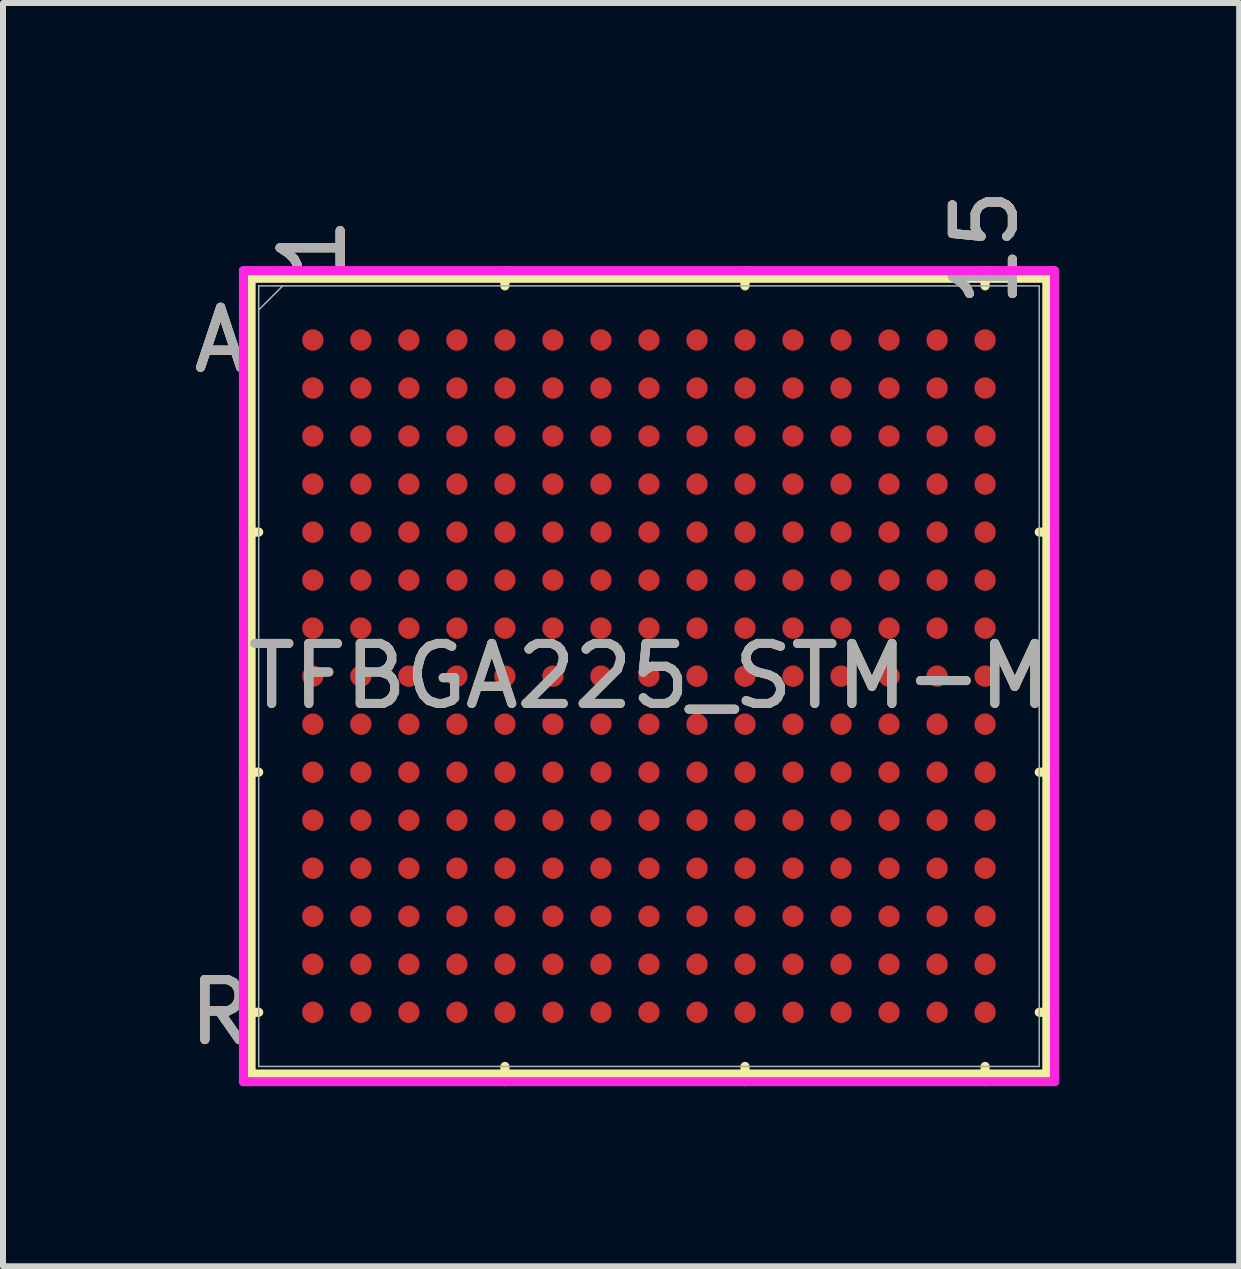
<source format=kicad_pcb>
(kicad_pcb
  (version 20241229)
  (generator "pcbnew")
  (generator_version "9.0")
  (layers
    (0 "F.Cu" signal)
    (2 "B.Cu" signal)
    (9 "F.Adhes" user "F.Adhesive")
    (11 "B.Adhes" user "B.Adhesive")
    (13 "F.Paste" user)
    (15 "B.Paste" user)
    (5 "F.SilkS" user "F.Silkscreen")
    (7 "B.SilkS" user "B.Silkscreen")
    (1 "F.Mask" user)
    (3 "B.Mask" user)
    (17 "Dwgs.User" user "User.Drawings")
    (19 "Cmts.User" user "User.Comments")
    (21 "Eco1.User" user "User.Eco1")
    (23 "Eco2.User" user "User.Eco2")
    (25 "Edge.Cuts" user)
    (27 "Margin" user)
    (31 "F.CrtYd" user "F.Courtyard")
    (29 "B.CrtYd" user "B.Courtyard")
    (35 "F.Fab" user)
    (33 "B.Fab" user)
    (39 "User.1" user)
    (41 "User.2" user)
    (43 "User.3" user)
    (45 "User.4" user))
  (footprint "TFBGA225_STM-M"
    (layer "F.Cu")
    (at 7.762 8.215)
    (property "Reference" "TFBGA225_STM-M" (at 0 0 0) (unlocked yes) (layer "F.SilkS") (effects (font (size 1 1) (thickness 0.15))))
    (attr smd)
    (fp_line (start -6.629 -6.629) (end -6.629 6.629) (stroke (width 0.152) (type solid)) (layer "F.SilkS"))
    (fp_line (start -6.629 6.629) (end 6.629 6.629) (stroke (width 0.152) (type solid)) (layer "F.SilkS"))
    (fp_line (start -6.502 -2.4) (end -6.756 -2.4) (stroke (width 0.152) (type solid)) (layer "F.SilkS"))
    (fp_line (start -6.502 1.6) (end -6.756 1.6) (stroke (width 0.152) (type solid)) (layer "F.SilkS"))
    (fp_line (start -6.502 5.6) (end -6.756 5.6) (stroke (width 0.152) (type solid)) (layer "F.SilkS"))
    (fp_line (start -2.4 -6.502) (end -2.4 -6.756) (stroke (width 0.152) (type solid)) (layer "F.SilkS"))
    (fp_line (start -2.4 6.502) (end -2.4 6.756) (stroke (width 0.152) (type solid)) (layer "F.SilkS"))
    (fp_line (start 1.6 -6.502) (end 1.6 -6.756) (stroke (width 0.152) (type solid)) (layer "F.SilkS"))
    (fp_line (start 1.6 6.502) (end 1.6 6.756) (stroke (width 0.152) (type solid)) (layer "F.SilkS"))
    (fp_line (start 5.6 -6.502) (end 5.6 -6.756) (stroke (width 0.152) (type solid)) (layer "F.SilkS"))
    (fp_line (start 5.6 6.502) (end 5.6 6.756) (stroke (width 0.152) (type solid)) (layer "F.SilkS"))
    (fp_line (start 6.502 -2.4) (end 6.756 -2.4) (stroke (width 0.152) (type solid)) (layer "F.SilkS"))
    (fp_line (start 6.502 1.6) (end 6.756 1.6) (stroke (width 0.152) (type solid)) (layer "F.SilkS"))
    (fp_line (start 6.502 5.6) (end 6.756 5.6) (stroke (width 0.152) (type solid)) (layer "F.SilkS"))
    (fp_line (start 6.629 -6.629) (end -6.629 -6.629) (stroke (width 0.152) (type solid)) (layer "F.SilkS"))
    (fp_line (start 6.629 6.629) (end 6.629 -6.629) (stroke (width 0.152) (type solid)) (layer "F.SilkS"))
    (fp_poly (pts (xy -6.444 -6.444) (xy 6.444 -6.444) (xy 6.444 6.444) (xy -6.444 6.444)) (stroke (width 0.1) (type solid)) (fill no) (layer "Eco2.User"))
    (fp_line (start -6.756 -6.756) (end 6.756 -6.756) (stroke (width 0.152) (type solid)) (layer "F.CrtYd"))
    (fp_line (start -6.756 6.756) (end -6.756 -6.756) (stroke (width 0.152) (type solid)) (layer "F.CrtYd"))
    (fp_line (start 6.756 -6.756) (end 6.756 6.756) (stroke (width 0.152) (type solid)) (layer "F.CrtYd"))
    (fp_line (start 6.756 6.756) (end -6.756 6.756) (stroke (width 0.152) (type solid)) (layer "F.CrtYd"))
    (fp_line (start -6.502 -6.502) (end -6.502 6.502) (stroke (width 0.025) (type solid)) (layer "F.Fab"))
    (fp_line (start -6.502 6.502) (end 6.502 6.502) (stroke (width 0.025) (type solid)) (layer "F.Fab"))
    (fp_line (start -6.102 -6.502) (end -6.502 -6.102) (stroke (width 0.025) (type solid)) (layer "F.Fab"))
    (fp_line (start 6.502 -6.502) (end -6.502 -6.502) (stroke (width 0.025) (type solid)) (layer "F.Fab"))
    (fp_line (start 6.502 6.502) (end 6.502 -6.502) (stroke (width 0.025) (type solid)) (layer "F.Fab"))
    (fp_text user "R" (at -7.137 5.6 0) (unlocked yes) (layer "F.SilkS") (effects (font (size 1 1) (thickness 0.15))))
    (fp_text user "1" (at -5.6 -7.137 90) (unlocked yes) (layer "F.SilkS") (effects (font (size 1 1) (thickness 0.15))))
    (fp_text user "A" (at -7.137 -5.6 0) (unlocked yes) (layer "F.SilkS") (effects (font (size 1 1) (thickness 0.15))))
    (fp_text user "15" (at 5.6 -7.137 90) (unlocked yes) (layer "F.SilkS") (effects (font (size 1 1) (thickness 0.15))))
    (fp_text user "R" (at -7.137 5.6 0) (unlocked yes) (layer "B.SilkS") (effects (font (size 1 1) (thickness 0.15))))
    (fp_text user "15" (at 5.6 -7.137 90) (unlocked yes) (layer "B.SilkS") (effects (font (size 1 1) (thickness 0.15))))
    (fp_text user "A" (at -7.137 -5.6 0) (unlocked yes) (layer "B.SilkS") (effects (font (size 1 1) (thickness 0.15))))
    (fp_text user "1" (at -5.6 -7.137 90) (unlocked yes) (layer "B.SilkS") (effects (font (size 1 1) (thickness 0.15))))
    (fp_text user "R" (at -7.137 5.6 0) (unlocked yes) (layer "F.Fab") (effects (font (size 1 1) (thickness 0.15))))
    (fp_text user "A" (at -7.137 -5.6 0) (unlocked yes) (layer "F.Fab") (effects (font (size 1 1) (thickness 0.15))))
    (fp_text user "15" (at 5.6 -7.137 90) (unlocked yes) (layer "F.Fab") (effects (font (size 1 1) (thickness 0.15))))
    (fp_text user "${REFERENCE}" (at 0 0 0) (unlocked yes) (layer "F.Fab") (effects (font (size 1 1) (thickness 0.15))))
    (fp_text user "1" (at -5.6 -7.137 90) (unlocked yes) (layer "F.Fab") (effects (font (size 1 1) (thickness 0.15))))
    (pad "A1" smd circle (at -5.6 -5.6) (size 0.356 0.356) (layers "F.Cu" "F.Mask" "F.Paste"))
    (pad "A2" smd circle (at -4.8 -5.6) (size 0.356 0.356) (layers "F.Cu" "F.Mask" "F.Paste"))
    (pad "A3" smd circle (at -4 -5.6) (size 0.356 0.356) (layers "F.Cu" "F.Mask" "F.Paste"))
    (pad "A4" smd circle (at -3.2 -5.6) (size 0.356 0.356) (layers "F.Cu" "F.Mask" "F.Paste"))
    (pad "A5" smd circle (at -2.4 -5.6) (size 0.356 0.356) (layers "F.Cu" "F.Mask" "F.Paste"))
    (pad "A6" smd circle (at -1.6 -5.6) (size 0.356 0.356) (layers "F.Cu" "F.Mask" "F.Paste"))
    (pad "A7" smd circle (at -0.8 -5.6) (size 0.356 0.356) (layers "F.Cu" "F.Mask" "F.Paste"))
    (pad "A8" smd circle (at 0 -5.6) (size 0.356 0.356) (layers "F.Cu" "F.Mask" "F.Paste"))
    (pad "A9" smd circle (at 0.8 -5.6) (size 0.356 0.356) (layers "F.Cu" "F.Mask" "F.Paste"))
    (pad "A10" smd circle (at 1.6 -5.6) (size 0.356 0.356) (layers "F.Cu" "F.Mask" "F.Paste"))
    (pad "A11" smd circle (at 2.4 -5.6) (size 0.356 0.356) (layers "F.Cu" "F.Mask" "F.Paste"))
    (pad "A12" smd circle (at 3.2 -5.6) (size 0.356 0.356) (layers "F.Cu" "F.Mask" "F.Paste"))
    (pad "A13" smd circle (at 4 -5.6) (size 0.356 0.356) (layers "F.Cu" "F.Mask" "F.Paste"))
    (pad "A14" smd circle (at 4.8 -5.6) (size 0.356 0.356) (layers "F.Cu" "F.Mask" "F.Paste"))
    (pad "A15" smd circle (at 5.6 -5.6) (size 0.356 0.356) (layers "F.Cu" "F.Mask" "F.Paste"))
    (pad "B1" smd circle (at -5.6 -4.8) (size 0.356 0.356) (layers "F.Cu" "F.Mask" "F.Paste"))
    (pad "B2" smd circle (at -4.8 -4.8) (size 0.356 0.356) (layers "F.Cu" "F.Mask" "F.Paste"))
    (pad "B3" smd circle (at -4 -4.8) (size 0.356 0.356) (layers "F.Cu" "F.Mask" "F.Paste"))
    (pad "B4" smd circle (at -3.2 -4.8) (size 0.356 0.356) (layers "F.Cu" "F.Mask" "F.Paste"))
    (pad "B5" smd circle (at -2.4 -4.8) (size 0.356 0.356) (layers "F.Cu" "F.Mask" "F.Paste"))
    (pad "B6" smd circle (at -1.6 -4.8) (size 0.356 0.356) (layers "F.Cu" "F.Mask" "F.Paste"))
    (pad "B7" smd circle (at -0.8 -4.8) (size 0.356 0.356) (layers "F.Cu" "F.Mask" "F.Paste"))
    (pad "B8" smd circle (at 0 -4.8) (size 0.356 0.356) (layers "F.Cu" "F.Mask" "F.Paste"))
    (pad "B9" smd circle (at 0.8 -4.8) (size 0.356 0.356) (layers "F.Cu" "F.Mask" "F.Paste"))
    (pad "B10" smd circle (at 1.6 -4.8) (size 0.356 0.356) (layers "F.Cu" "F.Mask" "F.Paste"))
    (pad "B11" smd circle (at 2.4 -4.8) (size 0.356 0.356) (layers "F.Cu" "F.Mask" "F.Paste"))
    (pad "B12" smd circle (at 3.2 -4.8) (size 0.356 0.356) (layers "F.Cu" "F.Mask" "F.Paste"))
    (pad "B13" smd circle (at 4 -4.8) (size 0.356 0.356) (layers "F.Cu" "F.Mask" "F.Paste"))
    (pad "B14" smd circle (at 4.8 -4.8) (size 0.356 0.356) (layers "F.Cu" "F.Mask" "F.Paste"))
    (pad "B15" smd circle (at 5.6 -4.8) (size 0.356 0.356) (layers "F.Cu" "F.Mask" "F.Paste"))
    (pad "C1" smd circle (at -5.6 -4) (size 0.356 0.356) (layers "F.Cu" "F.Mask" "F.Paste"))
    (pad "C2" smd circle (at -4.8 -4) (size 0.356 0.356) (layers "F.Cu" "F.Mask" "F.Paste"))
    (pad "C3" smd circle (at -4 -4) (size 0.356 0.356) (layers "F.Cu" "F.Mask" "F.Paste"))
    (pad "C4" smd circle (at -3.2 -4) (size 0.356 0.356) (layers "F.Cu" "F.Mask" "F.Paste"))
    (pad "C5" smd circle (at -2.4 -4) (size 0.356 0.356) (layers "F.Cu" "F.Mask" "F.Paste"))
    (pad "C6" smd circle (at -1.6 -4) (size 0.356 0.356) (layers "F.Cu" "F.Mask" "F.Paste"))
    (pad "C7" smd circle (at -0.8 -4) (size 0.356 0.356) (layers "F.Cu" "F.Mask" "F.Paste"))
    (pad "C8" smd circle (at 0 -4) (size 0.356 0.356) (layers "F.Cu" "F.Mask" "F.Paste"))
    (pad "C9" smd circle (at 0.8 -4) (size 0.356 0.356) (layers "F.Cu" "F.Mask" "F.Paste"))
    (pad "C10" smd circle (at 1.6 -4) (size 0.356 0.356) (layers "F.Cu" "F.Mask" "F.Paste"))
    (pad "C11" smd circle (at 2.4 -4) (size 0.356 0.356) (layers "F.Cu" "F.Mask" "F.Paste"))
    (pad "C12" smd circle (at 3.2 -4) (size 0.356 0.356) (layers "F.Cu" "F.Mask" "F.Paste"))
    (pad "C13" smd circle (at 4 -4) (size 0.356 0.356) (layers "F.Cu" "F.Mask" "F.Paste"))
    (pad "C14" smd circle (at 4.8 -4) (size 0.356 0.356) (layers "F.Cu" "F.Mask" "F.Paste"))
    (pad "C15" smd circle (at 5.6 -4) (size 0.356 0.356) (layers "F.Cu" "F.Mask" "F.Paste"))
    (pad "D1" smd circle (at -5.6 -3.2) (size 0.356 0.356) (layers "F.Cu" "F.Mask" "F.Paste"))
    (pad "D2" smd circle (at -4.8 -3.2) (size 0.356 0.356) (layers "F.Cu" "F.Mask" "F.Paste"))
    (pad "D3" smd circle (at -4 -3.2) (size 0.356 0.356) (layers "F.Cu" "F.Mask" "F.Paste"))
    (pad "D4" smd circle (at -3.2 -3.2) (size 0.356 0.356) (layers "F.Cu" "F.Mask" "F.Paste"))
    (pad "D5" smd circle (at -2.4 -3.2) (size 0.356 0.356) (layers "F.Cu" "F.Mask" "F.Paste"))
    (pad "D6" smd circle (at -1.6 -3.2) (size 0.356 0.356) (layers "F.Cu" "F.Mask" "F.Paste"))
    (pad "D7" smd circle (at -0.8 -3.2) (size 0.356 0.356) (layers "F.Cu" "F.Mask" "F.Paste"))
    (pad "D8" smd circle (at 0 -3.2) (size 0.356 0.356) (layers "F.Cu" "F.Mask" "F.Paste"))
    (pad "D9" smd circle (at 0.8 -3.2) (size 0.356 0.356) (layers "F.Cu" "F.Mask" "F.Paste"))
    (pad "D10" smd circle (at 1.6 -3.2) (size 0.356 0.356) (layers "F.Cu" "F.Mask" "F.Paste"))
    (pad "D11" smd circle (at 2.4 -3.2) (size 0.356 0.356) (layers "F.Cu" "F.Mask" "F.Paste"))
    (pad "D12" smd circle (at 3.2 -3.2) (size 0.356 0.356) (layers "F.Cu" "F.Mask" "F.Paste"))
    (pad "D13" smd circle (at 4 -3.2) (size 0.356 0.356) (layers "F.Cu" "F.Mask" "F.Paste"))
    (pad "D14" smd circle (at 4.8 -3.2) (size 0.356 0.356) (layers "F.Cu" "F.Mask" "F.Paste"))
    (pad "D15" smd circle (at 5.6 -3.2) (size 0.356 0.356) (layers "F.Cu" "F.Mask" "F.Paste"))
    (pad "E1" smd circle (at -5.6 -2.4) (size 0.356 0.356) (layers "F.Cu" "F.Mask" "F.Paste"))
    (pad "E2" smd circle (at -4.8 -2.4) (size 0.356 0.356) (layers "F.Cu" "F.Mask" "F.Paste"))
    (pad "E3" smd circle (at -4 -2.4) (size 0.356 0.356) (layers "F.Cu" "F.Mask" "F.Paste"))
    (pad "E4" smd circle (at -3.2 -2.4) (size 0.356 0.356) (layers "F.Cu" "F.Mask" "F.Paste"))
    (pad "E5" smd circle (at -2.4 -2.4) (size 0.356 0.356) (layers "F.Cu" "F.Mask" "F.Paste"))
    (pad "E6" smd circle (at -1.6 -2.4) (size 0.356 0.356) (layers "F.Cu" "F.Mask" "F.Paste"))
    (pad "E7" smd circle (at -0.8 -2.4) (size 0.356 0.356) (layers "F.Cu" "F.Mask" "F.Paste"))
    (pad "E8" smd circle (at 0 -2.4) (size 0.356 0.356) (layers "F.Cu" "F.Mask" "F.Paste"))
    (pad "E9" smd circle (at 0.8 -2.4) (size 0.356 0.356) (layers "F.Cu" "F.Mask" "F.Paste"))
    (pad "E10" smd circle (at 1.6 -2.4) (size 0.356 0.356) (layers "F.Cu" "F.Mask" "F.Paste"))
    (pad "E11" smd circle (at 2.4 -2.4) (size 0.356 0.356) (layers "F.Cu" "F.Mask" "F.Paste"))
    (pad "E12" smd circle (at 3.2 -2.4) (size 0.356 0.356) (layers "F.Cu" "F.Mask" "F.Paste"))
    (pad "E13" smd circle (at 4 -2.4) (size 0.356 0.356) (layers "F.Cu" "F.Mask" "F.Paste"))
    (pad "E14" smd circle (at 4.8 -2.4) (size 0.356 0.356) (layers "F.Cu" "F.Mask" "F.Paste"))
    (pad "E15" smd circle (at 5.6 -2.4) (size 0.356 0.356) (layers "F.Cu" "F.Mask" "F.Paste"))
    (pad "F1" smd circle (at -5.6 -1.6) (size 0.356 0.356) (layers "F.Cu" "F.Mask" "F.Paste"))
    (pad "F2" smd circle (at -4.8 -1.6) (size 0.356 0.356) (layers "F.Cu" "F.Mask" "F.Paste"))
    (pad "F3" smd circle (at -4 -1.6) (size 0.356 0.356) (layers "F.Cu" "F.Mask" "F.Paste"))
    (pad "F4" smd circle (at -3.2 -1.6) (size 0.356 0.356) (layers "F.Cu" "F.Mask" "F.Paste"))
    (pad "F5" smd circle (at -2.4 -1.6) (size 0.356 0.356) (layers "F.Cu" "F.Mask" "F.Paste"))
    (pad "F6" smd circle (at -1.6 -1.6) (size 0.356 0.356) (layers "F.Cu" "F.Mask" "F.Paste"))
    (pad "F7" smd circle (at -0.8 -1.6) (size 0.356 0.356) (layers "F.Cu" "F.Mask" "F.Paste"))
    (pad "F8" smd circle (at 0 -1.6) (size 0.356 0.356) (layers "F.Cu" "F.Mask" "F.Paste"))
    (pad "F9" smd circle (at 0.8 -1.6) (size 0.356 0.356) (layers "F.Cu" "F.Mask" "F.Paste"))
    (pad "F10" smd circle (at 1.6 -1.6) (size 0.356 0.356) (layers "F.Cu" "F.Mask" "F.Paste"))
    (pad "F11" smd circle (at 2.4 -1.6) (size 0.356 0.356) (layers "F.Cu" "F.Mask" "F.Paste"))
    (pad "F12" smd circle (at 3.2 -1.6) (size 0.356 0.356) (layers "F.Cu" "F.Mask" "F.Paste"))
    (pad "F13" smd circle (at 4 -1.6) (size 0.356 0.356) (layers "F.Cu" "F.Mask" "F.Paste"))
    (pad "F14" smd circle (at 4.8 -1.6) (size 0.356 0.356) (layers "F.Cu" "F.Mask" "F.Paste"))
    (pad "F15" smd circle (at 5.6 -1.6) (size 0.356 0.356) (layers "F.Cu" "F.Mask" "F.Paste"))
    (pad "G1" smd circle (at -5.6 -0.8) (size 0.356 0.356) (layers "F.Cu" "F.Mask" "F.Paste"))
    (pad "G2" smd circle (at -4.8 -0.8) (size 0.356 0.356) (layers "F.Cu" "F.Mask" "F.Paste"))
    (pad "G3" smd circle (at -4 -0.8) (size 0.356 0.356) (layers "F.Cu" "F.Mask" "F.Paste"))
    (pad "G4" smd circle (at -3.2 -0.8) (size 0.356 0.356) (layers "F.Cu" "F.Mask" "F.Paste"))
    (pad "G5" smd circle (at -2.4 -0.8) (size 0.356 0.356) (layers "F.Cu" "F.Mask" "F.Paste"))
    (pad "G6" smd circle (at -1.6 -0.8) (size 0.356 0.356) (layers "F.Cu" "F.Mask" "F.Paste"))
    (pad "G7" smd circle (at -0.8 -0.8) (size 0.356 0.356) (layers "F.Cu" "F.Mask" "F.Paste"))
    (pad "G8" smd circle (at 0 -0.8) (size 0.356 0.356) (layers "F.Cu" "F.Mask" "F.Paste"))
    (pad "G9" smd circle (at 0.8 -0.8) (size 0.356 0.356) (layers "F.Cu" "F.Mask" "F.Paste"))
    (pad "G10" smd circle (at 1.6 -0.8) (size 0.356 0.356) (layers "F.Cu" "F.Mask" "F.Paste"))
    (pad "G11" smd circle (at 2.4 -0.8) (size 0.356 0.356) (layers "F.Cu" "F.Mask" "F.Paste"))
    (pad "G12" smd circle (at 3.2 -0.8) (size 0.356 0.356) (layers "F.Cu" "F.Mask" "F.Paste"))
    (pad "G13" smd circle (at 4 -0.8) (size 0.356 0.356) (layers "F.Cu" "F.Mask" "F.Paste"))
    (pad "G14" smd circle (at 4.8 -0.8) (size 0.356 0.356) (layers "F.Cu" "F.Mask" "F.Paste"))
    (pad "G15" smd circle (at 5.6 -0.8) (size 0.356 0.356) (layers "F.Cu" "F.Mask" "F.Paste"))
    (pad "H1" smd circle (at -5.6 0) (size 0.356 0.356) (layers "F.Cu" "F.Mask" "F.Paste"))
    (pad "H2" smd circle (at -4.8 0) (size 0.356 0.356) (layers "F.Cu" "F.Mask" "F.Paste"))
    (pad "H3" smd circle (at -4 0) (size 0.356 0.356) (layers "F.Cu" "F.Mask" "F.Paste"))
    (pad "H4" smd circle (at -3.2 0) (size 0.356 0.356) (layers "F.Cu" "F.Mask" "F.Paste"))
    (pad "H5" smd circle (at -2.4 0) (size 0.356 0.356) (layers "F.Cu" "F.Mask" "F.Paste"))
    (pad "H6" smd circle (at -1.6 0) (size 0.356 0.356) (layers "F.Cu" "F.Mask" "F.Paste"))
    (pad "H7" smd circle (at -0.8 0) (size 0.356 0.356) (layers "F.Cu" "F.Mask" "F.Paste"))
    (pad "H8" smd circle (at 0 0) (size 0.356 0.356) (layers "F.Cu" "F.Mask" "F.Paste"))
    (pad "H9" smd circle (at 0.8 0) (size 0.356 0.356) (layers "F.Cu" "F.Mask" "F.Paste"))
    (pad "H10" smd circle (at 1.6 0) (size 0.356 0.356) (layers "F.Cu" "F.Mask" "F.Paste"))
    (pad "H11" smd circle (at 2.4 0) (size 0.356 0.356) (layers "F.Cu" "F.Mask" "F.Paste"))
    (pad "H12" smd circle (at 3.2 0) (size 0.356 0.356) (layers "F.Cu" "F.Mask" "F.Paste"))
    (pad "H13" smd circle (at 4 0) (size 0.356 0.356) (layers "F.Cu" "F.Mask" "F.Paste"))
    (pad "H14" smd circle (at 4.8 0) (size 0.356 0.356) (layers "F.Cu" "F.Mask" "F.Paste"))
    (pad "H15" smd circle (at 5.6 0) (size 0.356 0.356) (layers "F.Cu" "F.Mask" "F.Paste"))
    (pad "J1" smd circle (at -5.6 0.8) (size 0.356 0.356) (layers "F.Cu" "F.Mask" "F.Paste"))
    (pad "J2" smd circle (at -4.8 0.8) (size 0.356 0.356) (layers "F.Cu" "F.Mask" "F.Paste"))
    (pad "J3" smd circle (at -4 0.8) (size 0.356 0.356) (layers "F.Cu" "F.Mask" "F.Paste"))
    (pad "J4" smd circle (at -3.2 0.8) (size 0.356 0.356) (layers "F.Cu" "F.Mask" "F.Paste"))
    (pad "J5" smd circle (at -2.4 0.8) (size 0.356 0.356) (layers "F.Cu" "F.Mask" "F.Paste"))
    (pad "J6" smd circle (at -1.6 0.8) (size 0.356 0.356) (layers "F.Cu" "F.Mask" "F.Paste"))
    (pad "J7" smd circle (at -0.8 0.8) (size 0.356 0.356) (layers "F.Cu" "F.Mask" "F.Paste"))
    (pad "J8" smd circle (at 0 0.8) (size 0.356 0.356) (layers "F.Cu" "F.Mask" "F.Paste"))
    (pad "J9" smd circle (at 0.8 0.8) (size 0.356 0.356) (layers "F.Cu" "F.Mask" "F.Paste"))
    (pad "J10" smd circle (at 1.6 0.8) (size 0.356 0.356) (layers "F.Cu" "F.Mask" "F.Paste"))
    (pad "J11" smd circle (at 2.4 0.8) (size 0.356 0.356) (layers "F.Cu" "F.Mask" "F.Paste"))
    (pad "J12" smd circle (at 3.2 0.8) (size 0.356 0.356) (layers "F.Cu" "F.Mask" "F.Paste"))
    (pad "J13" smd circle (at 4 0.8) (size 0.356 0.356) (layers "F.Cu" "F.Mask" "F.Paste"))
    (pad "J14" smd circle (at 4.8 0.8) (size 0.356 0.356) (layers "F.Cu" "F.Mask" "F.Paste"))
    (pad "J15" smd circle (at 5.6 0.8) (size 0.356 0.356) (layers "F.Cu" "F.Mask" "F.Paste"))
    (pad "K1" smd circle (at -5.6 1.6) (size 0.356 0.356) (layers "F.Cu" "F.Mask" "F.Paste"))
    (pad "K2" smd circle (at -4.8 1.6) (size 0.356 0.356) (layers "F.Cu" "F.Mask" "F.Paste"))
    (pad "K3" smd circle (at -4 1.6) (size 0.356 0.356) (layers "F.Cu" "F.Mask" "F.Paste"))
    (pad "K4" smd circle (at -3.2 1.6) (size 0.356 0.356) (layers "F.Cu" "F.Mask" "F.Paste"))
    (pad "K5" smd circle (at -2.4 1.6) (size 0.356 0.356) (layers "F.Cu" "F.Mask" "F.Paste"))
    (pad "K6" smd circle (at -1.6 1.6) (size 0.356 0.356) (layers "F.Cu" "F.Mask" "F.Paste"))
    (pad "K7" smd circle (at -0.8 1.6) (size 0.356 0.356) (layers "F.Cu" "F.Mask" "F.Paste"))
    (pad "K8" smd circle (at 0 1.6) (size 0.356 0.356) (layers "F.Cu" "F.Mask" "F.Paste"))
    (pad "K9" smd circle (at 0.8 1.6) (size 0.356 0.356) (layers "F.Cu" "F.Mask" "F.Paste"))
    (pad "K10" smd circle (at 1.6 1.6) (size 0.356 0.356) (layers "F.Cu" "F.Mask" "F.Paste"))
    (pad "K11" smd circle (at 2.4 1.6) (size 0.356 0.356) (layers "F.Cu" "F.Mask" "F.Paste"))
    (pad "K12" smd circle (at 3.2 1.6) (size 0.356 0.356) (layers "F.Cu" "F.Mask" "F.Paste"))
    (pad "K13" smd circle (at 4 1.6) (size 0.356 0.356) (layers "F.Cu" "F.Mask" "F.Paste"))
    (pad "K14" smd circle (at 4.8 1.6) (size 0.356 0.356) (layers "F.Cu" "F.Mask" "F.Paste"))
    (pad "K15" smd circle (at 5.6 1.6) (size 0.356 0.356) (layers "F.Cu" "F.Mask" "F.Paste"))
    (pad "L1" smd circle (at -5.6 2.4) (size 0.356 0.356) (layers "F.Cu" "F.Mask" "F.Paste"))
    (pad "L2" smd circle (at -4.8 2.4) (size 0.356 0.356) (layers "F.Cu" "F.Mask" "F.Paste"))
    (pad "L3" smd circle (at -4 2.4) (size 0.356 0.356) (layers "F.Cu" "F.Mask" "F.Paste"))
    (pad "L4" smd circle (at -3.2 2.4) (size 0.356 0.356) (layers "F.Cu" "F.Mask" "F.Paste"))
    (pad "L5" smd circle (at -2.4 2.4) (size 0.356 0.356) (layers "F.Cu" "F.Mask" "F.Paste"))
    (pad "L6" smd circle (at -1.6 2.4) (size 0.356 0.356) (layers "F.Cu" "F.Mask" "F.Paste"))
    (pad "L7" smd circle (at -0.8 2.4) (size 0.356 0.356) (layers "F.Cu" "F.Mask" "F.Paste"))
    (pad "L8" smd circle (at 0 2.4) (size 0.356 0.356) (layers "F.Cu" "F.Mask" "F.Paste"))
    (pad "L9" smd circle (at 0.8 2.4) (size 0.356 0.356) (layers "F.Cu" "F.Mask" "F.Paste"))
    (pad "L10" smd circle (at 1.6 2.4) (size 0.356 0.356) (layers "F.Cu" "F.Mask" "F.Paste"))
    (pad "L11" smd circle (at 2.4 2.4) (size 0.356 0.356) (layers "F.Cu" "F.Mask" "F.Paste"))
    (pad "L12" smd circle (at 3.2 2.4) (size 0.356 0.356) (layers "F.Cu" "F.Mask" "F.Paste"))
    (pad "L13" smd circle (at 4 2.4) (size 0.356 0.356) (layers "F.Cu" "F.Mask" "F.Paste"))
    (pad "L14" smd circle (at 4.8 2.4) (size 0.356 0.356) (layers "F.Cu" "F.Mask" "F.Paste"))
    (pad "L15" smd circle (at 5.6 2.4) (size 0.356 0.356) (layers "F.Cu" "F.Mask" "F.Paste"))
    (pad "M1" smd circle (at -5.6 3.2) (size 0.356 0.356) (layers "F.Cu" "F.Mask" "F.Paste"))
    (pad "M2" smd circle (at -4.8 3.2) (size 0.356 0.356) (layers "F.Cu" "F.Mask" "F.Paste"))
    (pad "M3" smd circle (at -4 3.2) (size 0.356 0.356) (layers "F.Cu" "F.Mask" "F.Paste"))
    (pad "M4" smd circle (at -3.2 3.2) (size 0.356 0.356) (layers "F.Cu" "F.Mask" "F.Paste"))
    (pad "M5" smd circle (at -2.4 3.2) (size 0.356 0.356) (layers "F.Cu" "F.Mask" "F.Paste"))
    (pad "M6" smd circle (at -1.6 3.2) (size 0.356 0.356) (layers "F.Cu" "F.Mask" "F.Paste"))
    (pad "M7" smd circle (at -0.8 3.2) (size 0.356 0.356) (layers "F.Cu" "F.Mask" "F.Paste"))
    (pad "M8" smd circle (at 0 3.2) (size 0.356 0.356) (layers "F.Cu" "F.Mask" "F.Paste"))
    (pad "M9" smd circle (at 0.8 3.2) (size 0.356 0.356) (layers "F.Cu" "F.Mask" "F.Paste"))
    (pad "M10" smd circle (at 1.6 3.2) (size 0.356 0.356) (layers "F.Cu" "F.Mask" "F.Paste"))
    (pad "M11" smd circle (at 2.4 3.2) (size 0.356 0.356) (layers "F.Cu" "F.Mask" "F.Paste"))
    (pad "M12" smd circle (at 3.2 3.2) (size 0.356 0.356) (layers "F.Cu" "F.Mask" "F.Paste"))
    (pad "M13" smd circle (at 4 3.2) (size 0.356 0.356) (layers "F.Cu" "F.Mask" "F.Paste"))
    (pad "M14" smd circle (at 4.8 3.2) (size 0.356 0.356) (layers "F.Cu" "F.Mask" "F.Paste"))
    (pad "M15" smd circle (at 5.6 3.2) (size 0.356 0.356) (layers "F.Cu" "F.Mask" "F.Paste"))
    (pad "N1" smd circle (at -5.6 4) (size 0.356 0.356) (layers "F.Cu" "F.Mask" "F.Paste"))
    (pad "N2" smd circle (at -4.8 4) (size 0.356 0.356) (layers "F.Cu" "F.Mask" "F.Paste"))
    (pad "N3" smd circle (at -4 4) (size 0.356 0.356) (layers "F.Cu" "F.Mask" "F.Paste"))
    (pad "N4" smd circle (at -3.2 4) (size 0.356 0.356) (layers "F.Cu" "F.Mask" "F.Paste"))
    (pad "N5" smd circle (at -2.4 4) (size 0.356 0.356) (layers "F.Cu" "F.Mask" "F.Paste"))
    (pad "N6" smd circle (at -1.6 4) (size 0.356 0.356) (layers "F.Cu" "F.Mask" "F.Paste"))
    (pad "N7" smd circle (at -0.8 4) (size 0.356 0.356) (layers "F.Cu" "F.Mask" "F.Paste"))
    (pad "N8" smd circle (at 0 4) (size 0.356 0.356) (layers "F.Cu" "F.Mask" "F.Paste"))
    (pad "N9" smd circle (at 0.8 4) (size 0.356 0.356) (layers "F.Cu" "F.Mask" "F.Paste"))
    (pad "N10" smd circle (at 1.6 4) (size 0.356 0.356) (layers "F.Cu" "F.Mask" "F.Paste"))
    (pad "N11" smd circle (at 2.4 4) (size 0.356 0.356) (layers "F.Cu" "F.Mask" "F.Paste"))
    (pad "N12" smd circle (at 3.2 4) (size 0.356 0.356) (layers "F.Cu" "F.Mask" "F.Paste"))
    (pad "N13" smd circle (at 4 4) (size 0.356 0.356) (layers "F.Cu" "F.Mask" "F.Paste"))
    (pad "N14" smd circle (at 4.8 4) (size 0.356 0.356) (layers "F.Cu" "F.Mask" "F.Paste"))
    (pad "N15" smd circle (at 5.6 4) (size 0.356 0.356) (layers "F.Cu" "F.Mask" "F.Paste"))
    (pad "P1" smd circle (at -5.6 4.8) (size 0.356 0.356) (layers "F.Cu" "F.Mask" "F.Paste"))
    (pad "P2" smd circle (at -4.8 4.8) (size 0.356 0.356) (layers "F.Cu" "F.Mask" "F.Paste"))
    (pad "P3" smd circle (at -4 4.8) (size 0.356 0.356) (layers "F.Cu" "F.Mask" "F.Paste"))
    (pad "P4" smd circle (at -3.2 4.8) (size 0.356 0.356) (layers "F.Cu" "F.Mask" "F.Paste"))
    (pad "P5" smd circle (at -2.4 4.8) (size 0.356 0.356) (layers "F.Cu" "F.Mask" "F.Paste"))
    (pad "P6" smd circle (at -1.6 4.8) (size 0.356 0.356) (layers "F.Cu" "F.Mask" "F.Paste"))
    (pad "P7" smd circle (at -0.8 4.8) (size 0.356 0.356) (layers "F.Cu" "F.Mask" "F.Paste"))
    (pad "P8" smd circle (at 0 4.8) (size 0.356 0.356) (layers "F.Cu" "F.Mask" "F.Paste"))
    (pad "P9" smd circle (at 0.8 4.8) (size 0.356 0.356) (layers "F.Cu" "F.Mask" "F.Paste"))
    (pad "P10" smd circle (at 1.6 4.8) (size 0.356 0.356) (layers "F.Cu" "F.Mask" "F.Paste"))
    (pad "P11" smd circle (at 2.4 4.8) (size 0.356 0.356) (layers "F.Cu" "F.Mask" "F.Paste"))
    (pad "P12" smd circle (at 3.2 4.8) (size 0.356 0.356) (layers "F.Cu" "F.Mask" "F.Paste"))
    (pad "P13" smd circle (at 4 4.8) (size 0.356 0.356) (layers "F.Cu" "F.Mask" "F.Paste"))
    (pad "P14" smd circle (at 4.8 4.8) (size 0.356 0.356) (layers "F.Cu" "F.Mask" "F.Paste"))
    (pad "P15" smd circle (at 5.6 4.8) (size 0.356 0.356) (layers "F.Cu" "F.Mask" "F.Paste"))
    (pad "R1" smd circle (at -5.6 5.6) (size 0.356 0.356) (layers "F.Cu" "F.Mask" "F.Paste"))
    (pad "R2" smd circle (at -4.8 5.6) (size 0.356 0.356) (layers "F.Cu" "F.Mask" "F.Paste"))
    (pad "R3" smd circle (at -4 5.6) (size 0.356 0.356) (layers "F.Cu" "F.Mask" "F.Paste"))
    (pad "R4" smd circle (at -3.2 5.6) (size 0.356 0.356) (layers "F.Cu" "F.Mask" "F.Paste"))
    (pad "R5" smd circle (at -2.4 5.6) (size 0.356 0.356) (layers "F.Cu" "F.Mask" "F.Paste"))
    (pad "R6" smd circle (at -1.6 5.6) (size 0.356 0.356) (layers "F.Cu" "F.Mask" "F.Paste"))
    (pad "R7" smd circle (at -0.8 5.6) (size 0.356 0.356) (layers "F.Cu" "F.Mask" "F.Paste"))
    (pad "R8" smd circle (at 0 5.6) (size 0.356 0.356) (layers "F.Cu" "F.Mask" "F.Paste"))
    (pad "R9" smd circle (at 0.8 5.6) (size 0.356 0.356) (layers "F.Cu" "F.Mask" "F.Paste"))
    (pad "R10" smd circle (at 1.6 5.6) (size 0.356 0.356) (layers "F.Cu" "F.Mask" "F.Paste"))
    (pad "R11" smd circle (at 2.4 5.6) (size 0.356 0.356) (layers "F.Cu" "F.Mask" "F.Paste"))
    (pad "R12" smd circle (at 3.2 5.6) (size 0.356 0.356) (layers "F.Cu" "F.Mask" "F.Paste"))
    (pad "R13" smd circle (at 4 5.6) (size 0.356 0.356) (layers "F.Cu" "F.Mask" "F.Paste"))
    (pad "R14" smd circle (at 4.8 5.6) (size 0.356 0.356) (layers "F.Cu" "F.Mask" "F.Paste"))
    (pad "R15" smd circle (at 5.6 5.6) (size 0.356 0.356) (layers "F.Cu" "F.Mask" "F.Paste")))
  (gr_rect
    (start -3 -3)
    (end 17.595 18.047)
    (stroke (width 0.1) (type default))
    (fill no)
    (layer "Edge.Cuts")))
</source>
